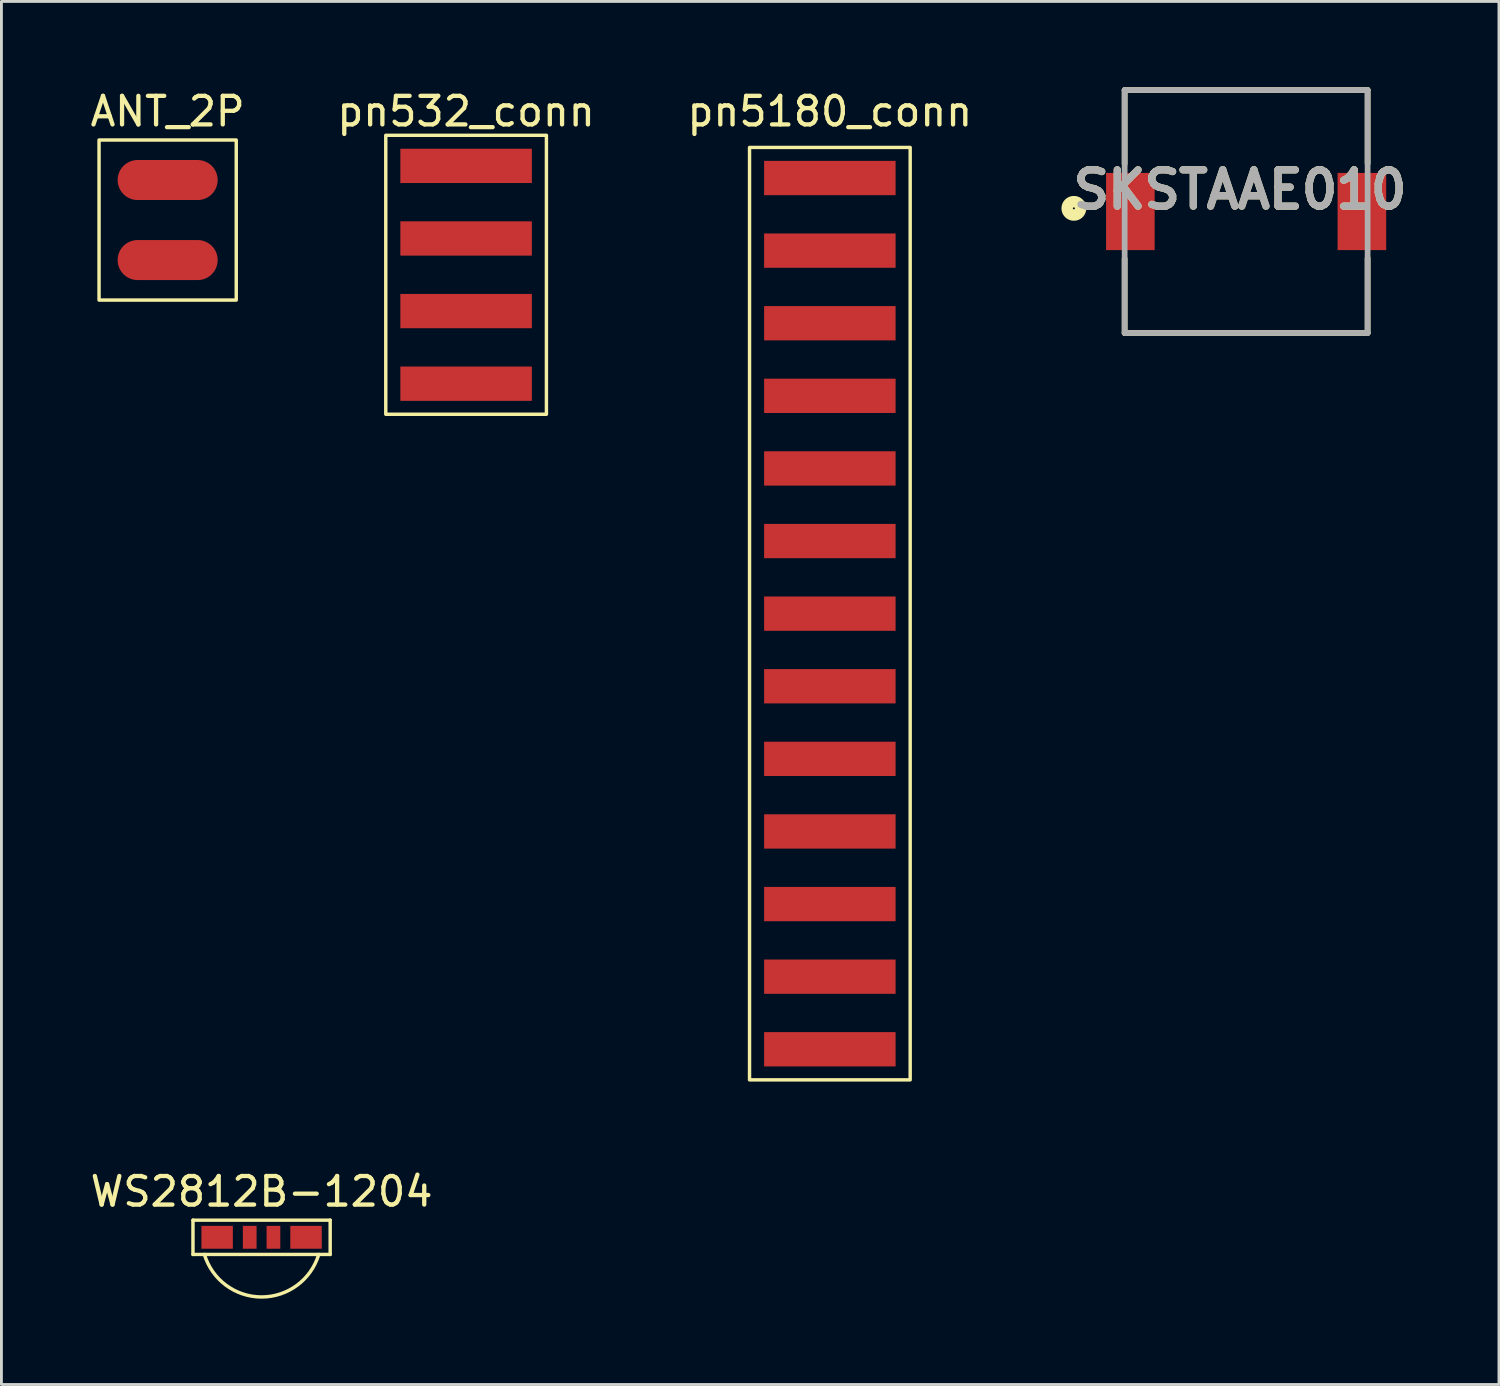
<source format=kicad_pcb>
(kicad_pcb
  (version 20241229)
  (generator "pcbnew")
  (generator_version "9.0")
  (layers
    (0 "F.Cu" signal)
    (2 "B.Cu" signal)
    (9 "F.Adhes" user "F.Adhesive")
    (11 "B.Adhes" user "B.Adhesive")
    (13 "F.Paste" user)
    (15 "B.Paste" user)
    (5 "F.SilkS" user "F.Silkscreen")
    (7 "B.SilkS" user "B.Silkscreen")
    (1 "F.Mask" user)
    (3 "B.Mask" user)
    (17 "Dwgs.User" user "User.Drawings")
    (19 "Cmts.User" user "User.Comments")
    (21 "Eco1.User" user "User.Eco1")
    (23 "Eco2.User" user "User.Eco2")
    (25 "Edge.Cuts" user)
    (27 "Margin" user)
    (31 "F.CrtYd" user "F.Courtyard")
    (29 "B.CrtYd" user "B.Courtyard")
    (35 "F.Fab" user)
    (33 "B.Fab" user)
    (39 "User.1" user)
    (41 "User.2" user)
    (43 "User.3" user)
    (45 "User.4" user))
  (footprint "pn532_conn"
    (layer "F.Cu")
    (at 13.256 6.563)
    (property "Reference" "pn532_conn" (at 0 -5.715 0) (layer "F.SilkS") (effects (font (size 1 1) (thickness 0.15))))
    (attr smd)
    (fp_rect (start -2.81 -4.88) (end 2.81 4.88) (stroke (width 0.12) (type solid)) (fill no) (layer "F.SilkS"))
    (pad "1" smd rect (at 0 -3.81) (size 4.6 1.2) (layers "F.Cu" "F.Mask" "F.Paste"))
    (pad "2" smd rect (at 0 -1.27) (size 4.6 1.2) (layers "F.Cu" "F.Mask" "F.Paste"))
    (pad "3" smd rect (at 0 1.27) (size 4.6 1.2) (layers "F.Cu" "F.Mask" "F.Paste"))
    (pad "4" smd rect (at 0 3.81) (size 4.6 1.2) (layers "F.Cu" "F.Mask" "F.Paste")))
  (footprint "SKSTAAE010"
    (layer "F.Cu")
    (at 40.545 4.35)
    (property "Reference" "SKSTAAE010" (at -0.214 -0.763 0) (layer "F.SilkS") (effects (font (size 1.27 1.27) (thickness 0.254))))
    (attr smd)
    (fp_line (start -4.25 -4.25) (end -4.25 -1.665) (stroke (width 0.2) (type solid)) (layer "F.SilkS"))
    (fp_line (start -4.25 -4.25) (end 4.25 -4.25) (stroke (width 0.2) (type solid)) (layer "F.SilkS"))
    (fp_line (start -4.25 4.25) (end -4.25 1.655) (stroke (width 0.2) (type solid)) (layer "F.SilkS"))
    (fp_line (start 4.25 -4.25) (end 4.25 -1.677) (stroke (width 0.2) (type solid)) (layer "F.SilkS"))
    (fp_line (start 4.25 4.25) (end -4.25 4.25) (stroke (width 0.2) (type solid)) (layer "F.SilkS"))
    (fp_line (start 4.25 4.25) (end 4.25 1.63) (stroke (width 0.2) (type solid)) (layer "F.SilkS"))
    (fp_circle (center -6.026 -0.111) (end -6.026 0.124) (stroke (width 0.4) (type solid)) (fill no) (layer "F.SilkS"))
    (fp_line (start -4.25 -4.25) (end 4.25 -4.25) (stroke (width 0.2) (type solid)) (layer "F.Fab"))
    (fp_line (start -4.25 4.25) (end -4.25 -4.25) (stroke (width 0.2) (type solid)) (layer "F.Fab"))
    (fp_line (start 4.25 -4.25) (end 4.25 4.25) (stroke (width 0.2) (type solid)) (layer "F.Fab"))
    (fp_line (start 4.25 4.25) (end -4.25 4.25) (stroke (width 0.2) (type solid)) (layer "F.Fab"))
    (fp_text user "${REFERENCE}" (at -0.214 -0.763 0) (layer "F.Fab") (effects (font (size 1.27 1.27) (thickness 0.254))))
    (pad "1" smd rect (at -4.05 0) (size 1.7 2.7) (layers "F.Cu" "F.Mask" "F.Paste"))
    (pad "2" smd rect (at 4.05 0) (size 1.7 2.7) (layers "F.Cu" "F.Mask" "F.Paste")))
  (footprint "ANT_2P"
    (layer "F.Cu")
    (at 2.815 4.648)
    (property "Reference" "ANT_2P" (at 0 -3.8 0) (layer "F.SilkS") (effects (font (size 1 1) (thickness 0.15))))
    (attr smd)
    (fp_rect (start -2.4 -2.8) (end 2.4 2.8) (stroke (width 0.12) (type solid)) (fill no) (layer "F.SilkS"))
    (pad "1" smd oval (at 0 -1.4) (size 3.5 1.4) (layers "F.Cu" "F.Mask" "F.Paste"))
    (pad "2" smd oval (at 0 1.4) (size 3.5 1.4) (layers "F.Cu" "F.Mask" "F.Paste")))
  (footprint "WS2812B-1204"
    (layer "F.Cu")
    (at 6.101 40.236)
    (property "Reference" "WS2812B-1204" (at 0 -1.6 0) (layer "F.SilkS") (effects (font (size 1 1) (thickness 0.15))))
    (attr smd)
    (fp_line (start -2.4 0.6) (end -2.4 -0.6) (stroke (width 0.12) (type solid)) (layer "F.SilkS"))
    (fp_line (start 2.4 -0.6) (end -2.4 -0.6) (stroke (width 0.12) (type solid)) (layer "F.SilkS"))
    (fp_line (start 2.4 -0.6) (end 2.4 0.6) (stroke (width 0.12) (type solid)) (layer "F.SilkS"))
    (fp_line (start 2.4 0.6) (end -2.4 0.6) (stroke (width 0.12) (type solid)) (layer "F.SilkS"))
    (fp_arc (start 2 0.6) (mid 0 2.088061) (end -2 0.6) (stroke (width 0.12) (type solid)) (layer "F.SilkS"))
    (pad "G" smd rect (at 1.555 0) (size 1.1 0.8) (layers "F.Cu" "F.Mask" "F.Paste"))
    (pad "I" smd rect (at 0.415 0) (size 0.48 0.8) (layers "F.Cu" "F.Mask" "F.Paste"))
    (pad "O" smd rect (at -1.555 0) (size 1.1 0.8) (layers "F.Cu" "F.Mask" "F.Paste"))
    (pad "V" smd rect (at -0.415 0) (size 0.48 0.8) (layers "F.Cu" "F.Mask" "F.Paste")))
  (footprint "pn5180_conn"
    (layer "F.Cu")
    (at 25.982 18.418)
    (property "Reference" "pn5180_conn" (at 0 -17.57 0) (layer "F.SilkS") (effects (font (size 1 1) (thickness 0.15))))
    (attr smd)
    (fp_rect (start -2.81 -16.31) (end 2.81 16.31) (stroke (width 0.12) (type solid)) (fill no) (layer "F.SilkS"))
    (pad "1" smd rect (at 0 -15.24) (size 4.6 1.2) (layers "F.Cu" "F.Mask" "F.Paste"))
    (pad "2" smd rect (at 0 -12.7) (size 4.6 1.2) (layers "F.Cu" "F.Mask" "F.Paste"))
    (pad "3" smd rect (at 0 -10.16) (size 4.6 1.2) (layers "F.Cu" "F.Mask" "F.Paste"))
    (pad "4" smd rect (at 0 -7.62) (size 4.6 1.2) (layers "F.Cu" "F.Mask" "F.Paste"))
    (pad "5" smd rect (at 0 -5.08) (size 4.6 1.2) (layers "F.Cu" "F.Mask" "F.Paste"))
    (pad "6" smd rect (at 0 -2.54) (size 4.6 1.2) (layers "F.Cu" "F.Mask" "F.Paste"))
    (pad "7" smd rect (at 0 0) (size 4.6 1.2) (layers "F.Cu" "F.Mask" "F.Paste"))
    (pad "8" smd rect (at 0 2.54) (size 4.6 1.2) (layers "F.Cu" "F.Mask" "F.Paste"))
    (pad "9" smd rect (at 0 5.08) (size 4.6 1.2) (layers "F.Cu" "F.Mask" "F.Paste"))
    (pad "10" smd rect (at 0 7.62) (size 4.6 1.2) (layers "F.Cu" "F.Mask" "F.Paste"))
    (pad "11" smd rect (at 0 10.16) (size 4.6 1.2) (layers "F.Cu" "F.Mask" "F.Paste"))
    (pad "12" smd rect (at 0 12.7) (size 4.6 1.2) (layers "F.Cu" "F.Mask" "F.Paste"))
    (pad "13" smd rect (at 0 15.24) (size 4.6 1.2) (layers "F.Cu" "F.Mask" "F.Paste")))
  (gr_rect
    (start -3 -3)
    (end 49.39 45.385)
    (stroke (width 0.1) (type default))
    (fill no)
    (layer "Edge.Cuts")))
</source>
